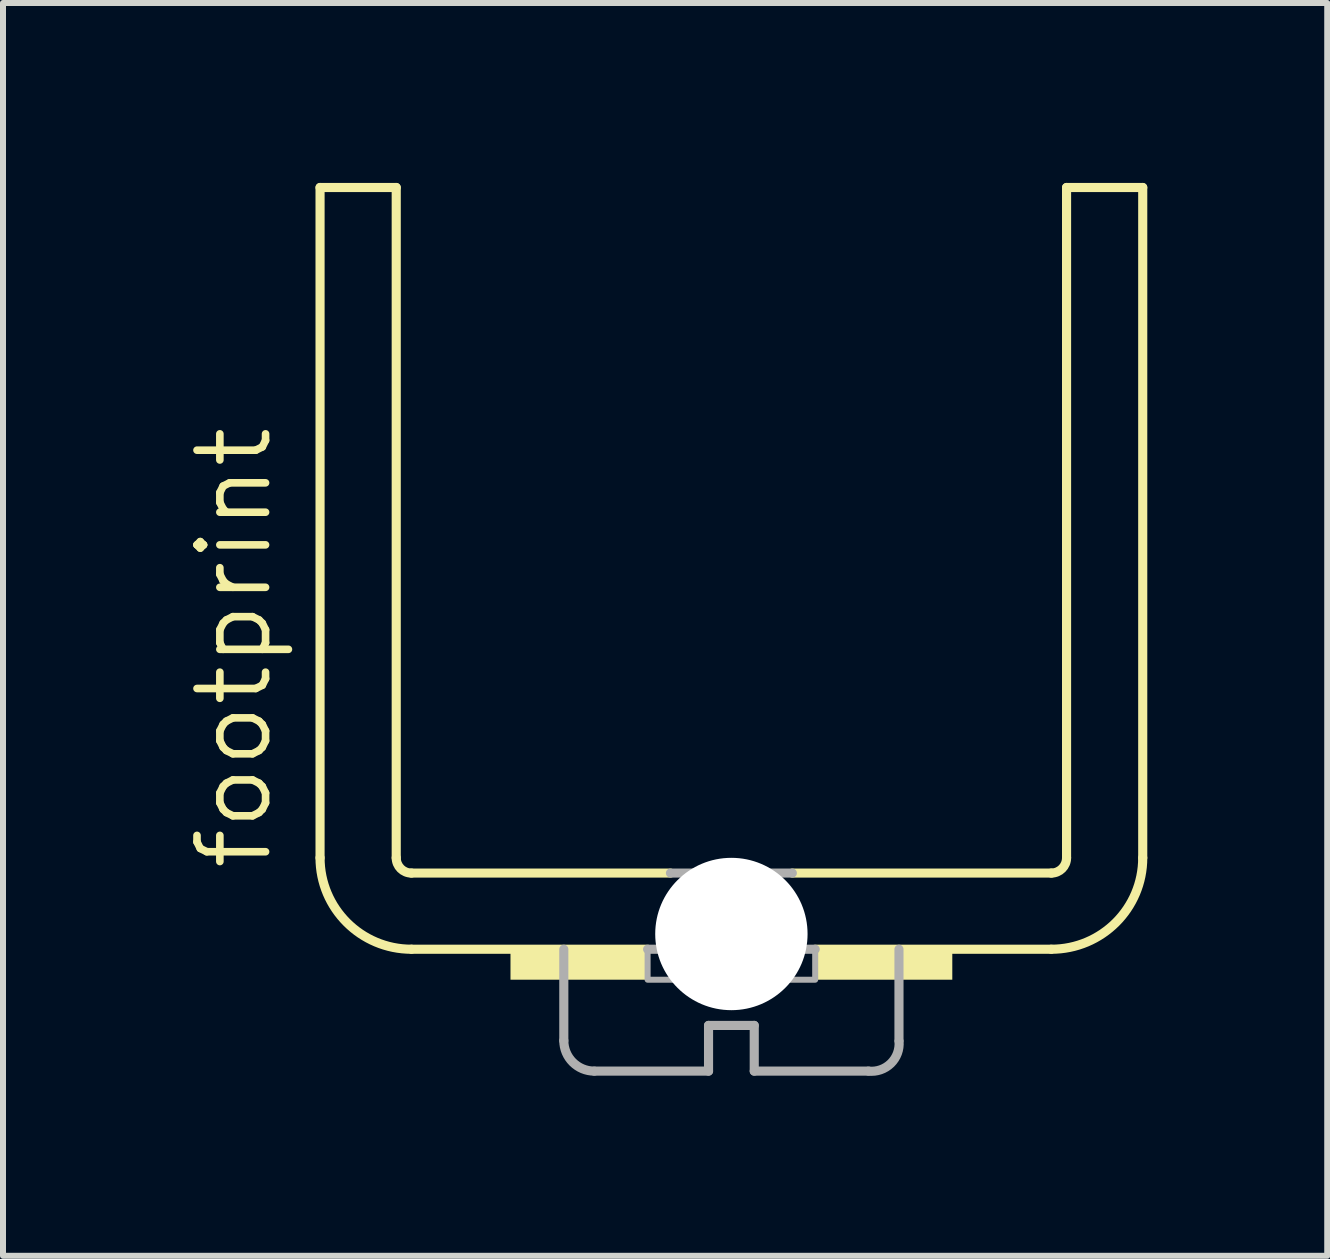
<source format=kicad_pcb>
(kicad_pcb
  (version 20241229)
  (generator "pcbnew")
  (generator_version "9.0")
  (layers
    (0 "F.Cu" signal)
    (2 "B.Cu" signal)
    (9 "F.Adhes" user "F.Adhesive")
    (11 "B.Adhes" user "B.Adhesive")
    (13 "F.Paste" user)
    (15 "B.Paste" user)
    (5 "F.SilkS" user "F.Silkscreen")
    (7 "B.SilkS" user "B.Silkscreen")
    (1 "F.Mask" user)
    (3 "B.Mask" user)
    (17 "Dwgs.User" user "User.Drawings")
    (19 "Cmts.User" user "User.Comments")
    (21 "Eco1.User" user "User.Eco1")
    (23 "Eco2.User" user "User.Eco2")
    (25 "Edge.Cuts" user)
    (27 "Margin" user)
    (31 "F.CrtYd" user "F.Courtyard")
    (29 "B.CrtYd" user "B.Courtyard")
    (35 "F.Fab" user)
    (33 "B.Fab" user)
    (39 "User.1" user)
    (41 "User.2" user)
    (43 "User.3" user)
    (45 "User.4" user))
  (footprint "footprint"
    (layer "F.Cu")
    (at 9.144 11.506)
    (property "Reference" "footprint" (at -7.62 0 90) (layer "F.SilkS") (effects (font (size 1.143 1.143) (thickness 0.127)) (justify left bottom)))
    (fp_line (start -6.858 -11.43) (end -5.588 -11.43) (stroke (width 0.152) (type solid)) (layer "F.SilkS"))
    (fp_line (start -6.858 -0.254) (end -6.858 -11.43) (stroke (width 0.152) (type solid)) (layer "F.SilkS"))
    (fp_line (start -5.588 -0.254) (end -5.588 -11.43) (stroke (width 0.152) (type solid)) (layer "F.SilkS"))
    (fp_line (start -5.334 0) (end -1.016 0) (stroke (width 0.152) (type solid)) (layer "F.SilkS"))
    (fp_line (start -1.397 1.27) (end -5.334 1.27) (stroke (width 0.152) (type solid)) (layer "F.SilkS"))
    (fp_line (start 1.016 0) (end 5.334 0) (stroke (width 0.152) (type solid)) (layer "F.SilkS"))
    (fp_line (start 1.397 1.27) (end 5.334 1.27) (stroke (width 0.152) (type solid)) (layer "F.SilkS"))
    (fp_line (start 5.588 -0.254) (end 5.588 -11.43) (stroke (width 0.152) (type solid)) (layer "F.SilkS"))
    (fp_line (start 6.858 -11.43) (end 5.588 -11.43) (stroke (width 0.152) (type solid)) (layer "F.SilkS"))
    (fp_line (start 6.858 -0.254) (end 6.858 -11.43) (stroke (width 0.152) (type solid)) (layer "F.SilkS"))
    (fp_arc (start -5.334 0) (mid -5.513605 -0.074395) (end -5.588 -0.254) (stroke (width 0.1524) (type solid)) (layer "F.SilkS"))
    (fp_arc (start -5.334 1.27) (mid -6.411631 0.823631) (end -6.858 -0.254) (stroke (width 0.1524) (type solid)) (layer "F.SilkS"))
    (fp_arc (start 5.588 -0.254) (mid 5.513605 -0.074395) (end 5.334 0) (stroke (width 0.1524) (type solid)) (layer "F.SilkS"))
    (fp_arc (start 6.858 -0.254) (mid 6.411631 0.823631) (end 5.334 1.27) (stroke (width 0.1524) (type solid)) (layer "F.SilkS"))
    (fp_poly (pts (xy -3.683 1.778) (xy -1.397 1.778) (xy -1.397 1.27) (xy -3.683 1.27)) (stroke (width 0) (type solid)) (fill yes) (layer "F.SilkS"))
    (fp_poly (pts (xy 1.397 1.778) (xy 3.683 1.778) (xy 3.683 1.27) (xy 1.397 1.27)) (stroke (width 0) (type solid)) (fill yes) (layer "F.SilkS"))
    (fp_line (start -2.794 2.794) (end -2.794 1.27) (stroke (width 0.152) (type solid)) (layer "F.Fab"))
    (fp_line (start -2.286 3.302) (end -0.381 3.302) (stroke (width 0.152) (type solid)) (layer "F.Fab"))
    (fp_line (start -1.016 0) (end 1.016 0) (stroke (width 0.152) (type solid)) (layer "F.Fab"))
    (fp_line (start -0.381 2.54) (end -0.381 3.302) (stroke (width 0.152) (type solid)) (layer "F.Fab"))
    (fp_line (start -0.381 2.54) (end 0.381 2.54) (stroke (width 0.152) (type solid)) (layer "F.Fab"))
    (fp_line (start 0.381 3.302) (end 0.381 2.54) (stroke (width 0.152) (type solid)) (layer "F.Fab"))
    (fp_line (start 1.397 1.27) (end -1.397 1.27) (stroke (width 0.152) (type solid)) (layer "F.Fab"))
    (fp_line (start 2.286 3.302) (end 0.381 3.302) (stroke (width 0.152) (type solid)) (layer "F.Fab"))
    (fp_line (start 2.794 2.794) (end 2.794 1.27) (stroke (width 0.152) (type solid)) (layer "F.Fab"))
    (fp_arc (start -2.286 3.302) (mid -2.64521 3.15321) (end -2.794 2.794) (stroke (width 0.1524) (type solid)) (layer "F.Fab"))
    (fp_arc (start 2.795 2.804898) (mid 2.658168 3.173933) (end 2.286 3.302) (stroke (width 0.1524) (type solid)) (layer "F.Fab"))
    (fp_poly (pts (xy -1.397 1.778) (xy 1.397 1.778) (xy 1.397 1.27) (xy -1.397 1.27)) (stroke (width 0.1) (type solid)) (fill no) (layer "F.Fab"))
    (pad "" np_thru_hole circle (at 0 1.016) (size 2.54 2.54) (drill 2.54) (layers "*.Cu" "*.Mask")))
  (gr_rect
    (start -3 -3)
    (end 19.078 17.887)
    (stroke (width 0.1) (type default))
    (fill no)
    (layer "Edge.Cuts")))
</source>
